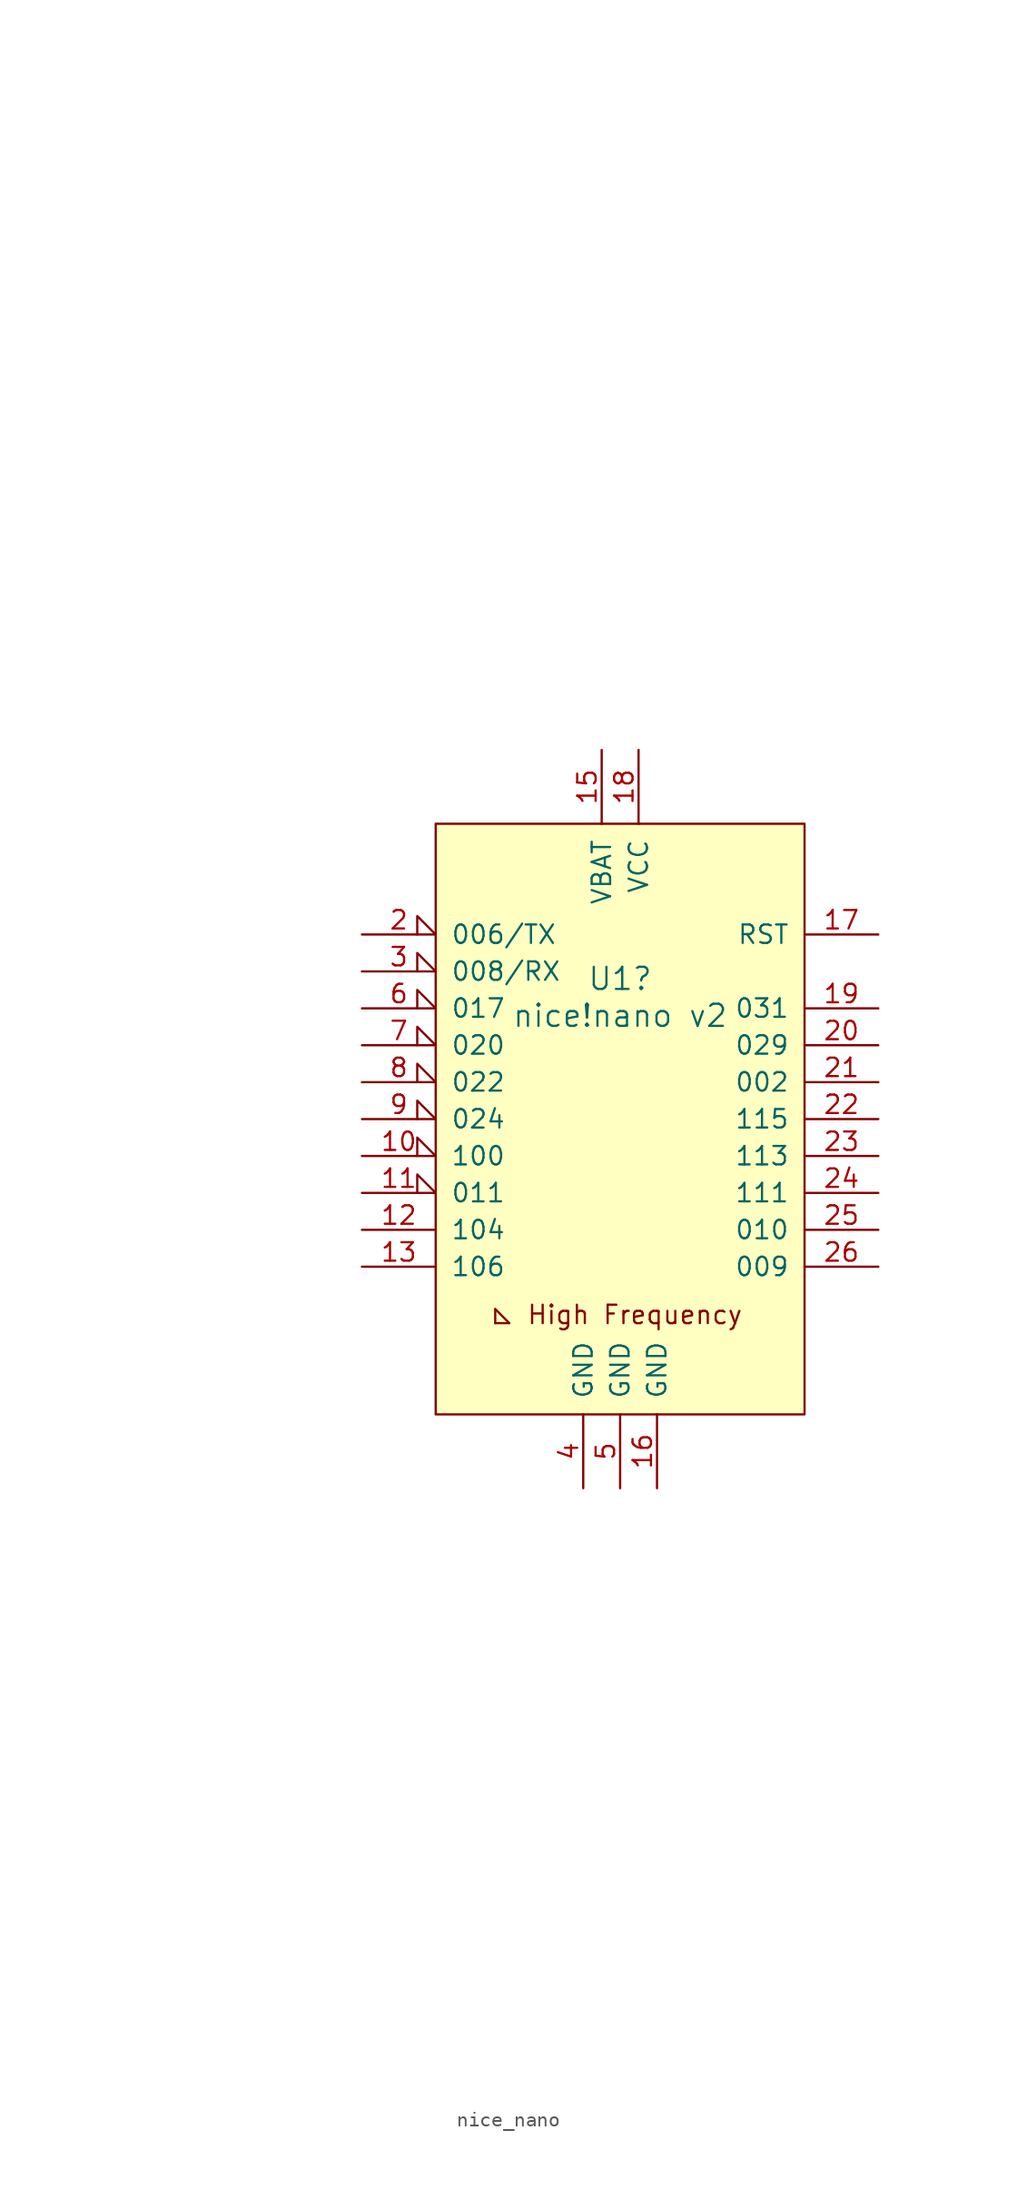
<source format=kicad_sym>
(kicad_symbol_lib
  (version 20241209)
  (generator "kicad_symbol_editor")
  (generator_version "9.0")
  (symbol "nice_nano"
    (pin_names
      (offset 1.016))
    (property "Reference" "U1"
      (at 0 8.382 0)
      (effects (font (size 1.524 1.524))))
    (property "Value" "nice!nano v2"
      (at 0 5.842 0)
      (effects (font (size 1.524 1.524))))
    (symbol "nice_nano_1_1"
      (rectangle (start -12.7 19.05) (end 12.7 -21.59) (stroke (width 0) (type solid)) (fill (type background)))
      (text private "Pins from https://nicekeyboards.com/static/511ae101870d00c265b84f35d5f39eda/3c492/schematic_nice_nano_v2.png" (at -32.512 1.27 900) (effects (font (size 1.27 1.27))))
      (text "◺ High Frequency" (at -0.254 -14.732 0) (effects (font (size 1.27 1.27))))
      (pin bidirectional input_low (at -17.78 11.43 0) (length 5.08) (name "006/TX" (effects (font (size 1.27 1.27)))) (number "2" (effects (font (size 1.27 1.27)))))
      (pin bidirectional input_low (at -17.78 8.89 0) (length 5.08) (name "008/RX" (effects (font (size 1.27 1.27)))) (number "3" (effects (font (size 1.27 1.27)))))
      (pin bidirectional input_low (at -17.78 6.35 0) (length 5.08) (name "017" (effects (font (size 1.27 1.27)))) (number "6" (effects (font (size 1.27 1.27)))))
      (pin bidirectional input_low (at -17.78 3.81 0) (length 5.08) (name "020" (effects (font (size 1.27 1.27)))) (number "7" (effects (font (size 1.27 1.27)))))
      (pin bidirectional input_low (at -17.78 1.27 0) (length 5.08) (name "022" (effects (font (size 1.27 1.27)))) (number "8" (effects (font (size 1.27 1.27)))))
      (pin bidirectional input_low (at -17.78 -1.27 0) (length 5.08) (name "024" (effects (font (size 1.27 1.27)))) (number "9" (effects (font (size 1.27 1.27)))))
      (pin bidirectional input_low (at -17.78 -3.81 0) (length 5.08) (name "100" (effects (font (size 1.27 1.27)))) (number "10" (effects (font (size 1.27 1.27)))))
      (pin bidirectional input_low (at -17.78 -6.35 0) (length 5.08) (name "011" (effects (font (size 1.27 1.27)))) (number "11" (effects (font (size 1.27 1.27)))))
      (pin bidirectional line (at -17.78 -8.89 0) (length 5.08) (name "104" (effects (font (size 1.27 1.27)))) (number "12" (effects (font (size 1.27 1.27)))))
      (pin bidirectional line (at -17.78 -11.43 0) (length 5.08) (name "106" (effects (font (size 1.27 1.27)))) (number "13" (effects (font (size 1.27 1.27)))))
      (pin power_out line (at -2.54 -26.67 90) (length 5.08) (name "GND" (effects (font (size 1.27 1.27)))) (number "4" (effects (font (size 1.27 1.27)))))
      (pin power_in line (at -1.27 24.13 270) (length 5.08) (name "VBAT" (effects (font (size 1.27 1.27)))) (number "15" (effects (font (size 1.27 1.27)))))
      (pin power_out line (at 0 -26.67 90) (length 5.08) (name "GND" (effects (font (size 1.27 1.27)))) (number "5" (effects (font (size 1.27 1.27)))))
      (pin power_out line (at 1.27 24.13 270) (length 5.08) (name "VCC" (effects (font (size 1.27 1.27)))) (number "18" (effects (font (size 1.27 1.27)))))
      (pin power_out line (at 2.54 -26.67 90) (length 5.08) (name "GND" (effects (font (size 1.27 1.27)))) (number "16" (effects (font (size 1.27 1.27)))))
      (pin input line (at 17.78 11.43 180) (length 5.08) (name "RST" (effects (font (size 1.27 1.27)))) (number "17" (effects (font (size 1.27 1.27)))))
      (pin bidirectional line (at 17.78 6.35 180) (length 5.08) (name "031" (effects (font (size 1.27 1.27)))) (number "19" (effects (font (size 1.27 1.27)))))
      (pin bidirectional line (at 17.78 3.81 180) (length 5.08) (name "029" (effects (font (size 1.27 1.27)))) (number "20" (effects (font (size 1.27 1.27)))))
      (pin bidirectional line (at 17.78 1.27 180) (length 5.08) (name "002" (effects (font (size 1.27 1.27)))) (number "21" (effects (font (size 1.27 1.27)))))
      (pin bidirectional line (at 17.78 -1.27 180) (length 5.08) (name "115" (effects (font (size 1.27 1.27)))) (number "22" (effects (font (size 1.27 1.27)))))
      (pin bidirectional line (at 17.78 -3.81 180) (length 5.08) (name "113" (effects (font (size 1.27 1.27)))) (number "23" (effects (font (size 1.27 1.27)))))
      (pin bidirectional line (at 17.78 -6.35 180) (length 5.08) (name "111" (effects (font (size 1.27 1.27)))) (number "24" (effects (font (size 1.27 1.27)))))
      (pin bidirectional line (at 17.78 -8.89 180) (length 5.08) (name "010" (effects (font (size 1.27 1.27)))) (number "25" (effects (font (size 1.27 1.27)))))
      (pin bidirectional line (at 17.78 -11.43 180) (length 5.08) (name "009" (effects (font (size 1.27 1.27)))) (number "26" (effects (font (size 1.27 1.27))))))))
</source>
